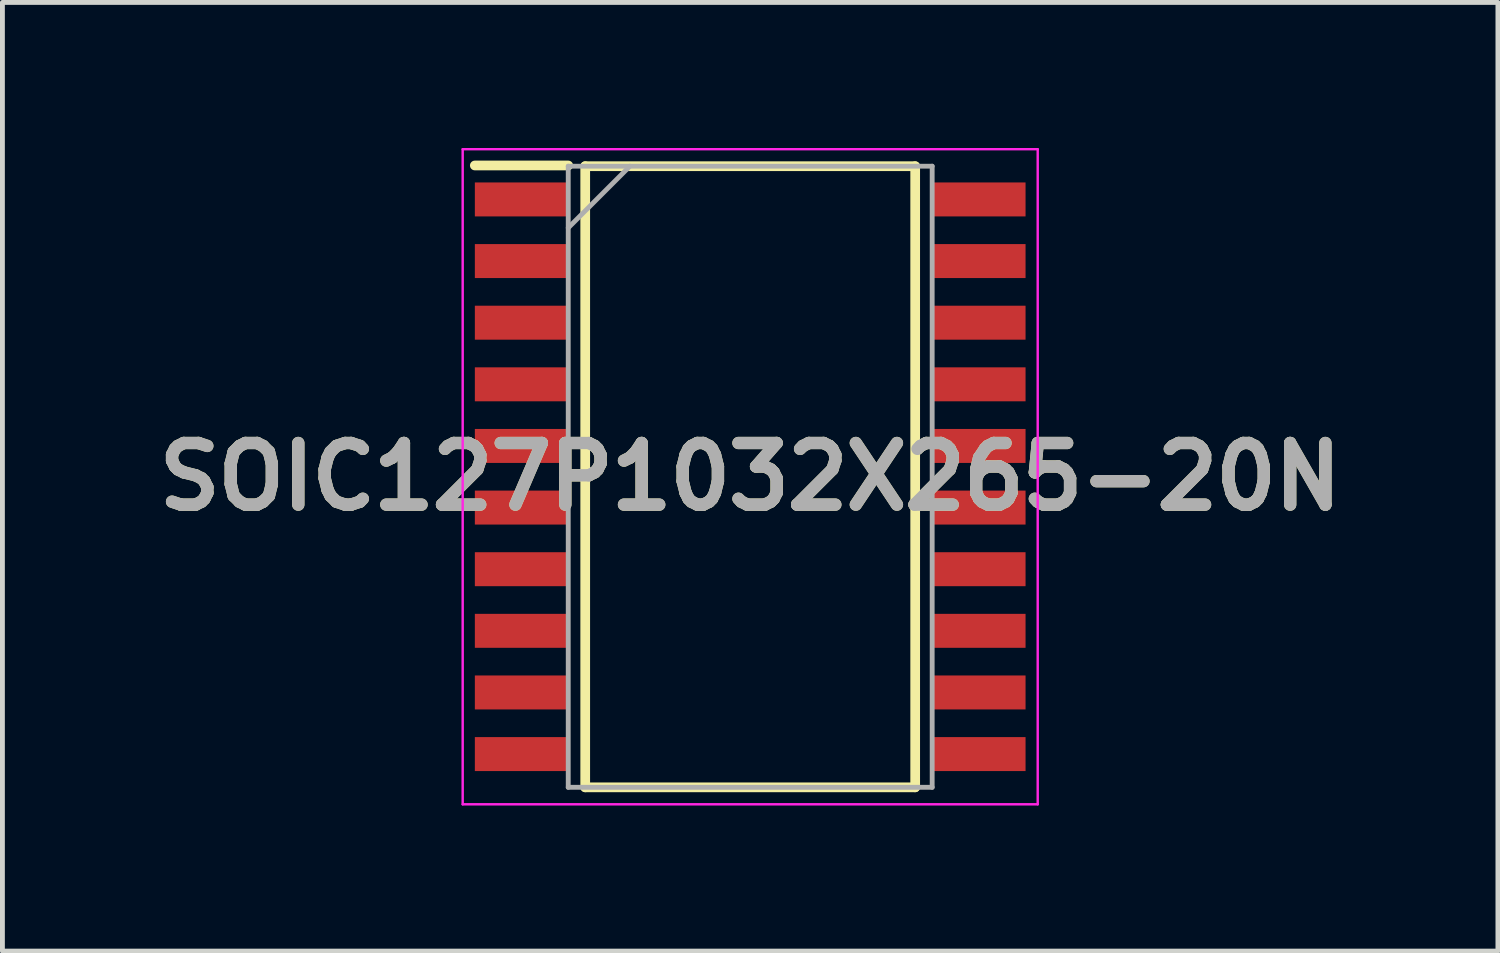
<source format=kicad_pcb>
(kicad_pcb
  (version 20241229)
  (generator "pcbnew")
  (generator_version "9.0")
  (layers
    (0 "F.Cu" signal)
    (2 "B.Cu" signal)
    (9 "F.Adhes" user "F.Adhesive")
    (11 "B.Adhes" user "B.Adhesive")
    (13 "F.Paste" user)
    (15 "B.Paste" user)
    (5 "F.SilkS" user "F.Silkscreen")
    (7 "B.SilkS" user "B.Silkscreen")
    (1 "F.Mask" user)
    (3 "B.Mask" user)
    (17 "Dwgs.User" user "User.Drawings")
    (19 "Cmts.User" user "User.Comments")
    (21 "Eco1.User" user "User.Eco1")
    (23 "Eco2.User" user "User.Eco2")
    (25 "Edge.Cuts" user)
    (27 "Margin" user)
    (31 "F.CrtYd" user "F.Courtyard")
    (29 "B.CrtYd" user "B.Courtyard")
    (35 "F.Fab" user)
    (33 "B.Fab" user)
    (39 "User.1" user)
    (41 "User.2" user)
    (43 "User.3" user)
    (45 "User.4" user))
  (footprint "SOIC127P1032X265-20N"
    (layer "F.Cu")
    (at 12.41 6.775)
    (property "Reference" "SOIC127P1032X265-20N" (at 0 0 0) (layer "F.SilkS") (effects (font (size 1.27 1.27) (thickness 0.254))))
    (attr smd)
    (fp_line (start -5.675 -6.415) (end -3.75 -6.415) (stroke (width 0.2) (type solid)) (layer "F.SilkS"))
    (fp_line (start -3.4 -6.4) (end 3.4 -6.4) (stroke (width 0.2) (type solid)) (layer "F.SilkS"))
    (fp_line (start -3.4 6.4) (end -3.4 -6.4) (stroke (width 0.2) (type solid)) (layer "F.SilkS"))
    (fp_line (start 3.4 -6.4) (end 3.4 6.4) (stroke (width 0.2) (type solid)) (layer "F.SilkS"))
    (fp_line (start 3.4 6.4) (end -3.4 6.4) (stroke (width 0.2) (type solid)) (layer "F.SilkS"))
    (fp_line (start -5.925 -6.75) (end 5.925 -6.75) (stroke (width 0.05) (type solid)) (layer "F.CrtYd"))
    (fp_line (start -5.925 6.75) (end -5.925 -6.75) (stroke (width 0.05) (type solid)) (layer "F.CrtYd"))
    (fp_line (start 5.925 -6.75) (end 5.925 6.75) (stroke (width 0.05) (type solid)) (layer "F.CrtYd"))
    (fp_line (start 5.925 6.75) (end -5.925 6.75) (stroke (width 0.05) (type solid)) (layer "F.CrtYd"))
    (fp_line (start -3.75 -6.4) (end 3.75 -6.4) (stroke (width 0.1) (type solid)) (layer "F.Fab"))
    (fp_line (start -3.75 -5.13) (end -2.48 -6.4) (stroke (width 0.1) (type solid)) (layer "F.Fab"))
    (fp_line (start -3.75 6.4) (end -3.75 -6.4) (stroke (width 0.1) (type solid)) (layer "F.Fab"))
    (fp_line (start 3.75 -6.4) (end 3.75 6.4) (stroke (width 0.1) (type solid)) (layer "F.Fab"))
    (fp_line (start 3.75 6.4) (end -3.75 6.4) (stroke (width 0.1) (type solid)) (layer "F.Fab"))
    (fp_text user "${REFERENCE}" (at 0 0 0) (layer "F.Fab") (effects (font (size 1.27 1.27) (thickness 0.254))))
    (pad "1" smd rect (at -4.712 -5.715 90) (size 0.7 1.925) (layers "F.Cu" "F.Mask" "F.Paste"))
    (pad "2" smd rect (at -4.712 -4.445 90) (size 0.7 1.925) (layers "F.Cu" "F.Mask" "F.Paste"))
    (pad "3" smd rect (at -4.712 -3.175 90) (size 0.7 1.925) (layers "F.Cu" "F.Mask" "F.Paste"))
    (pad "4" smd rect (at -4.712 -1.905 90) (size 0.7 1.925) (layers "F.Cu" "F.Mask" "F.Paste"))
    (pad "5" smd rect (at -4.712 -0.635 90) (size 0.7 1.925) (layers "F.Cu" "F.Mask" "F.Paste"))
    (pad "6" smd rect (at -4.712 0.635 90) (size 0.7 1.925) (layers "F.Cu" "F.Mask" "F.Paste"))
    (pad "7" smd rect (at -4.712 1.905 90) (size 0.7 1.925) (layers "F.Cu" "F.Mask" "F.Paste"))
    (pad "8" smd rect (at -4.712 3.175 90) (size 0.7 1.925) (layers "F.Cu" "F.Mask" "F.Paste"))
    (pad "9" smd rect (at -4.712 4.445 90) (size 0.7 1.925) (layers "F.Cu" "F.Mask" "F.Paste"))
    (pad "10" smd rect (at -4.712 5.715 90) (size 0.7 1.925) (layers "F.Cu" "F.Mask" "F.Paste"))
    (pad "11" smd rect (at 4.712 5.715 90) (size 0.7 1.925) (layers "F.Cu" "F.Mask" "F.Paste"))
    (pad "12" smd rect (at 4.712 4.445 90) (size 0.7 1.925) (layers "F.Cu" "F.Mask" "F.Paste"))
    (pad "13" smd rect (at 4.712 3.175 90) (size 0.7 1.925) (layers "F.Cu" "F.Mask" "F.Paste"))
    (pad "14" smd rect (at 4.712 1.905 90) (size 0.7 1.925) (layers "F.Cu" "F.Mask" "F.Paste"))
    (pad "15" smd rect (at 4.712 0.635 90) (size 0.7 1.925) (layers "F.Cu" "F.Mask" "F.Paste"))
    (pad "16" smd rect (at 4.712 -0.635 90) (size 0.7 1.925) (layers "F.Cu" "F.Mask" "F.Paste"))
    (pad "17" smd rect (at 4.712 -1.905 90) (size 0.7 1.925) (layers "F.Cu" "F.Mask" "F.Paste"))
    (pad "18" smd rect (at 4.712 -3.175 90) (size 0.7 1.925) (layers "F.Cu" "F.Mask" "F.Paste"))
    (pad "19" smd rect (at 4.712 -4.445 90) (size 0.7 1.925) (layers "F.Cu" "F.Mask" "F.Paste"))
    (pad "20" smd rect (at 4.712 -5.715 90) (size 0.7 1.925) (layers "F.Cu" "F.Mask" "F.Paste")))
  (gr_rect
    (start -3 -3)
    (end 27.819 16.55)
    (stroke (width 0.1) (type default))
    (fill no)
    (layer "Edge.Cuts")))
</source>
